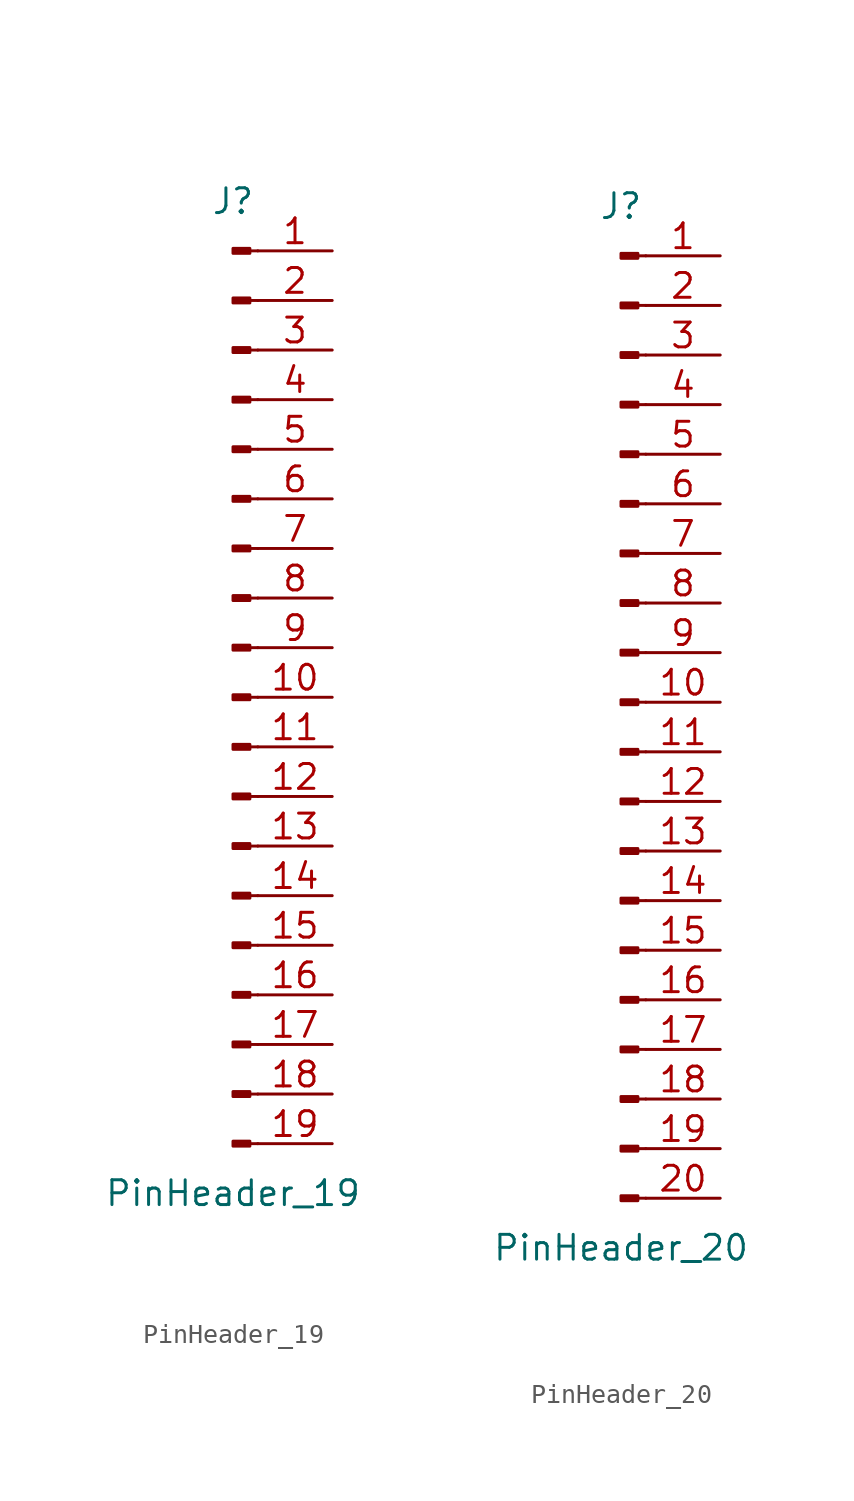
<source format=kicad_sym>
(kicad_symbol_lib
  (version 20220914)
  (generator kicad_symbol_editor)
  (symbol "PinHeader_19"
    (pin_names
      (offset 1.016) hide)
    (property "Reference" "J"
      (at 0 25.4 0)
      (effects (font (size 1.27 1.27))))
    (property "Value" "PinHeader_19"
      (at 0 -25.4 0)
      (effects (font (size 1.27 1.27))))
    (symbol "PinHeader_19_1_1"
      (polyline (pts (xy 1.27 -22.86) (xy 0.864 -22.86)) (stroke (width 0.152) (type default)) (fill (type none)))
      (polyline (pts (xy 1.27 -20.32) (xy 0.864 -20.32)) (stroke (width 0.152) (type default)) (fill (type none)))
      (polyline (pts (xy 1.27 -17.78) (xy 0.864 -17.78)) (stroke (width 0.152) (type default)) (fill (type none)))
      (polyline (pts (xy 1.27 -15.24) (xy 0.864 -15.24)) (stroke (width 0.152) (type default)) (fill (type none)))
      (polyline (pts (xy 1.27 -12.7) (xy 0.864 -12.7)) (stroke (width 0.152) (type default)) (fill (type none)))
      (polyline (pts (xy 1.27 -10.16) (xy 0.864 -10.16)) (stroke (width 0.152) (type default)) (fill (type none)))
      (polyline (pts (xy 1.27 -7.62) (xy 0.864 -7.62)) (stroke (width 0.152) (type default)) (fill (type none)))
      (polyline (pts (xy 1.27 -5.08) (xy 0.864 -5.08)) (stroke (width 0.152) (type default)) (fill (type none)))
      (polyline (pts (xy 1.27 -2.54) (xy 0.864 -2.54)) (stroke (width 0.152) (type default)) (fill (type none)))
      (polyline (pts (xy 1.27 0) (xy 0.864 0)) (stroke (width 0.152) (type default)) (fill (type none)))
      (polyline (pts (xy 1.27 2.54) (xy 0.864 2.54)) (stroke (width 0.152) (type default)) (fill (type none)))
      (polyline (pts (xy 1.27 5.08) (xy 0.864 5.08)) (stroke (width 0.152) (type default)) (fill (type none)))
      (polyline (pts (xy 1.27 7.62) (xy 0.864 7.62)) (stroke (width 0.152) (type default)) (fill (type none)))
      (polyline (pts (xy 1.27 10.16) (xy 0.864 10.16)) (stroke (width 0.152) (type default)) (fill (type none)))
      (polyline (pts (xy 1.27 12.7) (xy 0.864 12.7)) (stroke (width 0.152) (type default)) (fill (type none)))
      (polyline (pts (xy 1.27 15.24) (xy 0.864 15.24)) (stroke (width 0.152) (type default)) (fill (type none)))
      (polyline (pts (xy 1.27 17.78) (xy 0.864 17.78)) (stroke (width 0.152) (type default)) (fill (type none)))
      (polyline (pts (xy 1.27 20.32) (xy 0.864 20.32)) (stroke (width 0.152) (type default)) (fill (type none)))
      (polyline (pts (xy 1.27 22.86) (xy 0.864 22.86)) (stroke (width 0.152) (type default)) (fill (type none)))
      (rectangle (start 0.864 -22.733) (end 0 -22.987) (stroke (width 0.152) (type default)) (fill (type outline)))
      (rectangle (start 0.864 -20.193) (end 0 -20.447) (stroke (width 0.152) (type default)) (fill (type outline)))
      (rectangle (start 0.864 -17.653) (end 0 -17.907) (stroke (width 0.152) (type default)) (fill (type outline)))
      (rectangle (start 0.864 -15.113) (end 0 -15.367) (stroke (width 0.152) (type default)) (fill (type outline)))
      (rectangle (start 0.864 -12.573) (end 0 -12.827) (stroke (width 0.152) (type default)) (fill (type outline)))
      (rectangle (start 0.864 -10.033) (end 0 -10.287) (stroke (width 0.152) (type default)) (fill (type outline)))
      (rectangle (start 0.864 -7.493) (end 0 -7.747) (stroke (width 0.152) (type default)) (fill (type outline)))
      (rectangle (start 0.864 -4.953) (end 0 -5.207) (stroke (width 0.152) (type default)) (fill (type outline)))
      (rectangle (start 0.864 -2.413) (end 0 -2.667) (stroke (width 0.152) (type default)) (fill (type outline)))
      (rectangle (start 0.864 0.127) (end 0 -0.127) (stroke (width 0.152) (type default)) (fill (type outline)))
      (rectangle (start 0.864 2.667) (end 0 2.413) (stroke (width 0.152) (type default)) (fill (type outline)))
      (rectangle (start 0.864 5.207) (end 0 4.953) (stroke (width 0.152) (type default)) (fill (type outline)))
      (rectangle (start 0.864 7.747) (end 0 7.493) (stroke (width 0.152) (type default)) (fill (type outline)))
      (rectangle (start 0.864 10.287) (end 0 10.033) (stroke (width 0.152) (type default)) (fill (type outline)))
      (rectangle (start 0.864 12.827) (end 0 12.573) (stroke (width 0.152) (type default)) (fill (type outline)))
      (rectangle (start 0.864 15.367) (end 0 15.113) (stroke (width 0.152) (type default)) (fill (type outline)))
      (rectangle (start 0.864 17.907) (end 0 17.653) (stroke (width 0.152) (type default)) (fill (type outline)))
      (rectangle (start 0.864 20.447) (end 0 20.193) (stroke (width 0.152) (type default)) (fill (type outline)))
      (rectangle (start 0.864 22.987) (end 0 22.733) (stroke (width 0.152) (type default)) (fill (type outline)))
      (pin passive line (at 5.08 22.86 180) (length 3.81) (name "Pin_1" (effects (font (size 1.27 1.27)))) (number "1" (effects (font (size 1.27 1.27)))))
      (pin passive line (at 5.08 0 180) (length 3.81) (name "Pin_10" (effects (font (size 1.27 1.27)))) (number "10" (effects (font (size 1.27 1.27)))))
      (pin passive line (at 5.08 -2.54 180) (length 3.81) (name "Pin_11" (effects (font (size 1.27 1.27)))) (number "11" (effects (font (size 1.27 1.27)))))
      (pin passive line (at 5.08 -5.08 180) (length 3.81) (name "Pin_12" (effects (font (size 1.27 1.27)))) (number "12" (effects (font (size 1.27 1.27)))))
      (pin passive line (at 5.08 -7.62 180) (length 3.81) (name "Pin_13" (effects (font (size 1.27 1.27)))) (number "13" (effects (font (size 1.27 1.27)))))
      (pin passive line (at 5.08 -10.16 180) (length 3.81) (name "Pin_14" (effects (font (size 1.27 1.27)))) (number "14" (effects (font (size 1.27 1.27)))))
      (pin passive line (at 5.08 -12.7 180) (length 3.81) (name "Pin_15" (effects (font (size 1.27 1.27)))) (number "15" (effects (font (size 1.27 1.27)))))
      (pin passive line (at 5.08 -15.24 180) (length 3.81) (name "Pin_16" (effects (font (size 1.27 1.27)))) (number "16" (effects (font (size 1.27 1.27)))))
      (pin passive line (at 5.08 -17.78 180) (length 3.81) (name "Pin_17" (effects (font (size 1.27 1.27)))) (number "17" (effects (font (size 1.27 1.27)))))
      (pin passive line (at 5.08 -20.32 180) (length 3.81) (name "Pin_18" (effects (font (size 1.27 1.27)))) (number "18" (effects (font (size 1.27 1.27)))))
      (pin passive line (at 5.08 -22.86 180) (length 3.81) (name "Pin_19" (effects (font (size 1.27 1.27)))) (number "19" (effects (font (size 1.27 1.27)))))
      (pin passive line (at 5.08 20.32 180) (length 3.81) (name "Pin_2" (effects (font (size 1.27 1.27)))) (number "2" (effects (font (size 1.27 1.27)))))
      (pin passive line (at 5.08 17.78 180) (length 3.81) (name "Pin_3" (effects (font (size 1.27 1.27)))) (number "3" (effects (font (size 1.27 1.27)))))
      (pin passive line (at 5.08 15.24 180) (length 3.81) (name "Pin_4" (effects (font (size 1.27 1.27)))) (number "4" (effects (font (size 1.27 1.27)))))
      (pin passive line (at 5.08 12.7 180) (length 3.81) (name "Pin_5" (effects (font (size 1.27 1.27)))) (number "5" (effects (font (size 1.27 1.27)))))
      (pin passive line (at 5.08 10.16 180) (length 3.81) (name "Pin_6" (effects (font (size 1.27 1.27)))) (number "6" (effects (font (size 1.27 1.27)))))
      (pin passive line (at 5.08 7.62 180) (length 3.81) (name "Pin_7" (effects (font (size 1.27 1.27)))) (number "7" (effects (font (size 1.27 1.27)))))
      (pin passive line (at 5.08 5.08 180) (length 3.81) (name "Pin_8" (effects (font (size 1.27 1.27)))) (number "8" (effects (font (size 1.27 1.27)))))
      (pin passive line (at 5.08 2.54 180) (length 3.81) (name "Pin_9" (effects (font (size 1.27 1.27)))) (number "9" (effects (font (size 1.27 1.27)))))))
  (symbol "PinHeader_20"
    (pin_names
      (offset 1.016) hide)
    (property "Reference" "J"
      (at 0 25.4 0)
      (effects (font (size 1.27 1.27))))
    (property "Value" "PinHeader_20"
      (at 0 -27.94 0)
      (effects (font (size 1.27 1.27))))
    (symbol "PinHeader_20_1_1"
      (polyline (pts (xy 1.27 -25.4) (xy 0.864 -25.4)) (stroke (width 0.152) (type default)) (fill (type none)))
      (polyline (pts (xy 1.27 -22.86) (xy 0.864 -22.86)) (stroke (width 0.152) (type default)) (fill (type none)))
      (polyline (pts (xy 1.27 -20.32) (xy 0.864 -20.32)) (stroke (width 0.152) (type default)) (fill (type none)))
      (polyline (pts (xy 1.27 -17.78) (xy 0.864 -17.78)) (stroke (width 0.152) (type default)) (fill (type none)))
      (polyline (pts (xy 1.27 -15.24) (xy 0.864 -15.24)) (stroke (width 0.152) (type default)) (fill (type none)))
      (polyline (pts (xy 1.27 -12.7) (xy 0.864 -12.7)) (stroke (width 0.152) (type default)) (fill (type none)))
      (polyline (pts (xy 1.27 -10.16) (xy 0.864 -10.16)) (stroke (width 0.152) (type default)) (fill (type none)))
      (polyline (pts (xy 1.27 -7.62) (xy 0.864 -7.62)) (stroke (width 0.152) (type default)) (fill (type none)))
      (polyline (pts (xy 1.27 -5.08) (xy 0.864 -5.08)) (stroke (width 0.152) (type default)) (fill (type none)))
      (polyline (pts (xy 1.27 -2.54) (xy 0.864 -2.54)) (stroke (width 0.152) (type default)) (fill (type none)))
      (polyline (pts (xy 1.27 0) (xy 0.864 0)) (stroke (width 0.152) (type default)) (fill (type none)))
      (polyline (pts (xy 1.27 2.54) (xy 0.864 2.54)) (stroke (width 0.152) (type default)) (fill (type none)))
      (polyline (pts (xy 1.27 5.08) (xy 0.864 5.08)) (stroke (width 0.152) (type default)) (fill (type none)))
      (polyline (pts (xy 1.27 7.62) (xy 0.864 7.62)) (stroke (width 0.152) (type default)) (fill (type none)))
      (polyline (pts (xy 1.27 10.16) (xy 0.864 10.16)) (stroke (width 0.152) (type default)) (fill (type none)))
      (polyline (pts (xy 1.27 12.7) (xy 0.864 12.7)) (stroke (width 0.152) (type default)) (fill (type none)))
      (polyline (pts (xy 1.27 15.24) (xy 0.864 15.24)) (stroke (width 0.152) (type default)) (fill (type none)))
      (polyline (pts (xy 1.27 17.78) (xy 0.864 17.78)) (stroke (width 0.152) (type default)) (fill (type none)))
      (polyline (pts (xy 1.27 20.32) (xy 0.864 20.32)) (stroke (width 0.152) (type default)) (fill (type none)))
      (polyline (pts (xy 1.27 22.86) (xy 0.864 22.86)) (stroke (width 0.152) (type default)) (fill (type none)))
      (rectangle (start 0.864 -25.273) (end 0 -25.527) (stroke (width 0.152) (type default)) (fill (type outline)))
      (rectangle (start 0.864 -22.733) (end 0 -22.987) (stroke (width 0.152) (type default)) (fill (type outline)))
      (rectangle (start 0.864 -20.193) (end 0 -20.447) (stroke (width 0.152) (type default)) (fill (type outline)))
      (rectangle (start 0.864 -17.653) (end 0 -17.907) (stroke (width 0.152) (type default)) (fill (type outline)))
      (rectangle (start 0.864 -15.113) (end 0 -15.367) (stroke (width 0.152) (type default)) (fill (type outline)))
      (rectangle (start 0.864 -12.573) (end 0 -12.827) (stroke (width 0.152) (type default)) (fill (type outline)))
      (rectangle (start 0.864 -10.033) (end 0 -10.287) (stroke (width 0.152) (type default)) (fill (type outline)))
      (rectangle (start 0.864 -7.493) (end 0 -7.747) (stroke (width 0.152) (type default)) (fill (type outline)))
      (rectangle (start 0.864 -4.953) (end 0 -5.207) (stroke (width 0.152) (type default)) (fill (type outline)))
      (rectangle (start 0.864 -2.413) (end 0 -2.667) (stroke (width 0.152) (type default)) (fill (type outline)))
      (rectangle (start 0.864 0.127) (end 0 -0.127) (stroke (width 0.152) (type default)) (fill (type outline)))
      (rectangle (start 0.864 2.667) (end 0 2.413) (stroke (width 0.152) (type default)) (fill (type outline)))
      (rectangle (start 0.864 5.207) (end 0 4.953) (stroke (width 0.152) (type default)) (fill (type outline)))
      (rectangle (start 0.864 7.747) (end 0 7.493) (stroke (width 0.152) (type default)) (fill (type outline)))
      (rectangle (start 0.864 10.287) (end 0 10.033) (stroke (width 0.152) (type default)) (fill (type outline)))
      (rectangle (start 0.864 12.827) (end 0 12.573) (stroke (width 0.152) (type default)) (fill (type outline)))
      (rectangle (start 0.864 15.367) (end 0 15.113) (stroke (width 0.152) (type default)) (fill (type outline)))
      (rectangle (start 0.864 17.907) (end 0 17.653) (stroke (width 0.152) (type default)) (fill (type outline)))
      (rectangle (start 0.864 20.447) (end 0 20.193) (stroke (width 0.152) (type default)) (fill (type outline)))
      (rectangle (start 0.864 22.987) (end 0 22.733) (stroke (width 0.152) (type default)) (fill (type outline)))
      (pin passive line (at 5.08 22.86 180) (length 3.81) (name "Pin_1" (effects (font (size 1.27 1.27)))) (number "1" (effects (font (size 1.27 1.27)))))
      (pin passive line (at 5.08 0 180) (length 3.81) (name "Pin_10" (effects (font (size 1.27 1.27)))) (number "10" (effects (font (size 1.27 1.27)))))
      (pin passive line (at 5.08 -2.54 180) (length 3.81) (name "Pin_11" (effects (font (size 1.27 1.27)))) (number "11" (effects (font (size 1.27 1.27)))))
      (pin passive line (at 5.08 -5.08 180) (length 3.81) (name "Pin_12" (effects (font (size 1.27 1.27)))) (number "12" (effects (font (size 1.27 1.27)))))
      (pin passive line (at 5.08 -7.62 180) (length 3.81) (name "Pin_13" (effects (font (size 1.27 1.27)))) (number "13" (effects (font (size 1.27 1.27)))))
      (pin passive line (at 5.08 -10.16 180) (length 3.81) (name "Pin_14" (effects (font (size 1.27 1.27)))) (number "14" (effects (font (size 1.27 1.27)))))
      (pin passive line (at 5.08 -12.7 180) (length 3.81) (name "Pin_15" (effects (font (size 1.27 1.27)))) (number "15" (effects (font (size 1.27 1.27)))))
      (pin passive line (at 5.08 -15.24 180) (length 3.81) (name "Pin_16" (effects (font (size 1.27 1.27)))) (number "16" (effects (font (size 1.27 1.27)))))
      (pin passive line (at 5.08 -17.78 180) (length 3.81) (name "Pin_17" (effects (font (size 1.27 1.27)))) (number "17" (effects (font (size 1.27 1.27)))))
      (pin passive line (at 5.08 -20.32 180) (length 3.81) (name "Pin_18" (effects (font (size 1.27 1.27)))) (number "18" (effects (font (size 1.27 1.27)))))
      (pin passive line (at 5.08 -22.86 180) (length 3.81) (name "Pin_19" (effects (font (size 1.27 1.27)))) (number "19" (effects (font (size 1.27 1.27)))))
      (pin passive line (at 5.08 20.32 180) (length 3.81) (name "Pin_2" (effects (font (size 1.27 1.27)))) (number "2" (effects (font (size 1.27 1.27)))))
      (pin passive line (at 5.08 -25.4 180) (length 3.81) (name "Pin_20" (effects (font (size 1.27 1.27)))) (number "20" (effects (font (size 1.27 1.27)))))
      (pin passive line (at 5.08 17.78 180) (length 3.81) (name "Pin_3" (effects (font (size 1.27 1.27)))) (number "3" (effects (font (size 1.27 1.27)))))
      (pin passive line (at 5.08 15.24 180) (length 3.81) (name "Pin_4" (effects (font (size 1.27 1.27)))) (number "4" (effects (font (size 1.27 1.27)))))
      (pin passive line (at 5.08 12.7 180) (length 3.81) (name "Pin_5" (effects (font (size 1.27 1.27)))) (number "5" (effects (font (size 1.27 1.27)))))
      (pin passive line (at 5.08 10.16 180) (length 3.81) (name "Pin_6" (effects (font (size 1.27 1.27)))) (number "6" (effects (font (size 1.27 1.27)))))
      (pin passive line (at 5.08 7.62 180) (length 3.81) (name "Pin_7" (effects (font (size 1.27 1.27)))) (number "7" (effects (font (size 1.27 1.27)))))
      (pin passive line (at 5.08 5.08 180) (length 3.81) (name "Pin_8" (effects (font (size 1.27 1.27)))) (number "8" (effects (font (size 1.27 1.27)))))
      (pin passive line (at 5.08 2.54 180) (length 3.81) (name "Pin_9" (effects (font (size 1.27 1.27)))) (number "9" (effects (font (size 1.27 1.27))))))))
</source>
